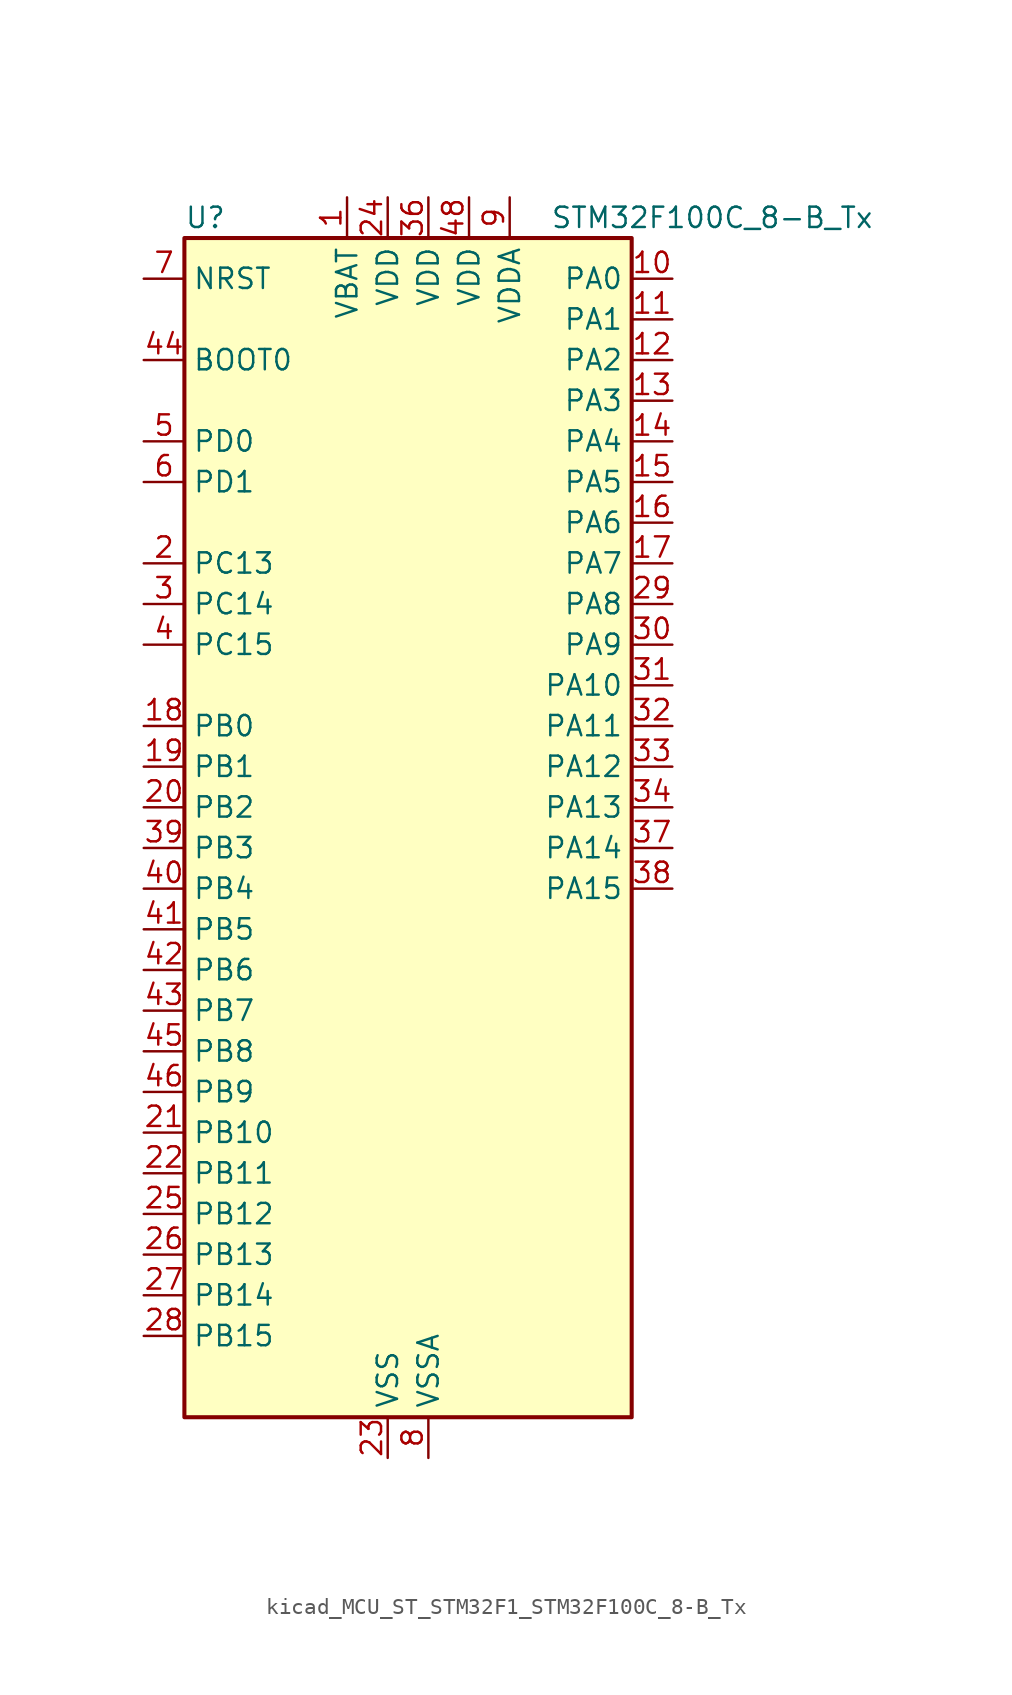
<source format=kicad_sym>
(kicad_symbol_lib
  (version 20220914)
  (generator kicad_symbol_editor)
  (symbol "kicad_MCU_ST_STM32F1_STM32F100C_8-B_Tx"
    (property "Reference" "U"
      (at -12.7 39.37 0)
      (effects (font (size 1.27 1.27)) (justify left)))
    (property "Value" "STM32F100C_8-B_Tx"
      (at 10.16 39.37 0)
      (effects (font (size 1.27 1.27)) (justify left)))
    (property "ki_locked" ""
      (at 0 0 0)
      (effects (font (size 1.27 1.27))))
    (symbol "kicad_MCU_ST_STM32F1_STM32F100C_8-B_Tx_0_1"
      (rectangle (start -12.7 -35.56) (end 15.24 38.1) (stroke (width 0.254) (type default)) (fill (type background))))
    (symbol "kicad_MCU_ST_STM32F1_STM32F100C_8-B_Tx_1_1"
      (pin power_in line (at -2.54 40.64 270) (length 2.54) (name "VBAT" (effects (font (size 1.27 1.27)))) (number "1" (effects (font (size 1.27 1.27)))))
      (pin bidirectional line (at 17.78 35.56 180) (length 2.54) (name "PA0" (effects (font (size 1.27 1.27)))) (number "10" (effects (font (size 1.27 1.27)))) (alternate "ADC1_IN0" bidirectional line) (alternate "SYS_WKUP" bidirectional line) (alternate "TIM2_CH1" bidirectional line) (alternate "TIM2_ETR" bidirectional line) (alternate "USART2_CTS" bidirectional line))
      (pin bidirectional line (at 17.78 33.02 180) (length 2.54) (name "PA1" (effects (font (size 1.27 1.27)))) (number "11" (effects (font (size 1.27 1.27)))) (alternate "ADC1_IN1" bidirectional line) (alternate "TIM2_CH2" bidirectional line) (alternate "USART2_RTS" bidirectional line))
      (pin bidirectional line (at 17.78 30.48 180) (length 2.54) (name "PA2" (effects (font (size 1.27 1.27)))) (number "12" (effects (font (size 1.27 1.27)))) (alternate "ADC1_IN2" bidirectional line) (alternate "TIM15_CH1" bidirectional line) (alternate "TIM2_CH3" bidirectional line) (alternate "USART2_TX" bidirectional line))
      (pin bidirectional line (at 17.78 27.94 180) (length 2.54) (name "PA3" (effects (font (size 1.27 1.27)))) (number "13" (effects (font (size 1.27 1.27)))) (alternate "ADC1_IN3" bidirectional line) (alternate "TIM15_CH2" bidirectional line) (alternate "TIM2_CH4" bidirectional line) (alternate "USART2_RX" bidirectional line))
      (pin bidirectional line (at 17.78 25.4 180) (length 2.54) (name "PA4" (effects (font (size 1.27 1.27)))) (number "14" (effects (font (size 1.27 1.27)))) (alternate "ADC1_IN4" bidirectional line) (alternate "DAC_OUT1" bidirectional line) (alternate "SPI1_NSS" bidirectional line) (alternate "USART2_CK" bidirectional line))
      (pin bidirectional line (at 17.78 22.86 180) (length 2.54) (name "PA5" (effects (font (size 1.27 1.27)))) (number "15" (effects (font (size 1.27 1.27)))) (alternate "ADC1_IN5" bidirectional line) (alternate "DAC_OUT2" bidirectional line) (alternate "SPI1_SCK" bidirectional line))
      (pin bidirectional line (at 17.78 20.32 180) (length 2.54) (name "PA6" (effects (font (size 1.27 1.27)))) (number "16" (effects (font (size 1.27 1.27)))) (alternate "ADC1_IN6" bidirectional line) (alternate "SPI1_MISO" bidirectional line) (alternate "TIM16_CH1" bidirectional line) (alternate "TIM1_BKIN" bidirectional line) (alternate "TIM3_CH1" bidirectional line))
      (pin bidirectional line (at 17.78 17.78 180) (length 2.54) (name "PA7" (effects (font (size 1.27 1.27)))) (number "17" (effects (font (size 1.27 1.27)))) (alternate "ADC1_IN7" bidirectional line) (alternate "SPI1_MOSI" bidirectional line) (alternate "TIM17_CH1" bidirectional line) (alternate "TIM1_CH1N" bidirectional line) (alternate "TIM3_CH2" bidirectional line))
      (pin bidirectional line (at -15.24 7.62 0) (length 2.54) (name "PB0" (effects (font (size 1.27 1.27)))) (number "18" (effects (font (size 1.27 1.27)))) (alternate "ADC1_IN8" bidirectional line) (alternate "TIM1_CH2N" bidirectional line) (alternate "TIM3_CH3" bidirectional line))
      (pin bidirectional line (at -15.24 5.08 0) (length 2.54) (name "PB1" (effects (font (size 1.27 1.27)))) (number "19" (effects (font (size 1.27 1.27)))) (alternate "ADC1_IN9" bidirectional line) (alternate "TIM1_CH3N" bidirectional line) (alternate "TIM3_CH4" bidirectional line))
      (pin bidirectional line (at -15.24 17.78 0) (length 2.54) (name "PC13" (effects (font (size 1.27 1.27)))) (number "2" (effects (font (size 1.27 1.27)))) (alternate "RTC_OUT" bidirectional line) (alternate "RTC_TAMPER" bidirectional line))
      (pin bidirectional line (at -15.24 2.54 0) (length 2.54) (name "PB2" (effects (font (size 1.27 1.27)))) (number "20" (effects (font (size 1.27 1.27)))))
      (pin bidirectional line (at -15.24 -17.78 0) (length 2.54) (name "PB10" (effects (font (size 1.27 1.27)))) (number "21" (effects (font (size 1.27 1.27)))) (alternate "CEC" bidirectional line) (alternate "I2C2_SCL" bidirectional line) (alternate "TIM2_CH3" bidirectional line) (alternate "USART3_TX" bidirectional line))
      (pin bidirectional line (at -15.24 -20.32 0) (length 2.54) (name "PB11" (effects (font (size 1.27 1.27)))) (number "22" (effects (font (size 1.27 1.27)))) (alternate "ADC1_EXTI11" bidirectional line) (alternate "I2C2_SDA" bidirectional line) (alternate "TIM2_CH4" bidirectional line) (alternate "USART3_RX" bidirectional line))
      (pin power_in line (at 0 -38.1 90) (length 2.54) (name "VSS" (effects (font (size 1.27 1.27)))) (number "23" (effects (font (size 1.27 1.27)))))
      (pin power_in line (at 0 40.64 270) (length 2.54) (name "VDD" (effects (font (size 1.27 1.27)))) (number "24" (effects (font (size 1.27 1.27)))))
      (pin bidirectional line (at -15.24 -22.86 0) (length 2.54) (name "PB12" (effects (font (size 1.27 1.27)))) (number "25" (effects (font (size 1.27 1.27)))) (alternate "I2C2_SMBA" bidirectional line) (alternate "SPI2_NSS" bidirectional line) (alternate "TIM1_BKIN" bidirectional line) (alternate "USART3_CK" bidirectional line))
      (pin bidirectional line (at -15.24 -25.4 0) (length 2.54) (name "PB13" (effects (font (size 1.27 1.27)))) (number "26" (effects (font (size 1.27 1.27)))) (alternate "SPI2_SCK" bidirectional line) (alternate "TIM1_CH1N" bidirectional line) (alternate "USART3_CTS" bidirectional line))
      (pin bidirectional line (at -15.24 -27.94 0) (length 2.54) (name "PB14" (effects (font (size 1.27 1.27)))) (number "27" (effects (font (size 1.27 1.27)))) (alternate "SPI2_MISO" bidirectional line) (alternate "TIM15_CH1" bidirectional line) (alternate "TIM1_CH2N" bidirectional line) (alternate "USART3_RTS" bidirectional line))
      (pin bidirectional line (at -15.24 -30.48 0) (length 2.54) (name "PB15" (effects (font (size 1.27 1.27)))) (number "28" (effects (font (size 1.27 1.27)))) (alternate "ADC1_EXTI15" bidirectional line) (alternate "SPI2_MOSI" bidirectional line) (alternate "TIM15_CH1N" bidirectional line) (alternate "TIM15_CH2" bidirectional line) (alternate "TIM1_CH3N" bidirectional line))
      (pin bidirectional line (at 17.78 15.24 180) (length 2.54) (name "PA8" (effects (font (size 1.27 1.27)))) (number "29" (effects (font (size 1.27 1.27)))) (alternate "RCC_MCO" bidirectional line) (alternate "TIM1_CH1" bidirectional line) (alternate "USART1_CK" bidirectional line))
      (pin bidirectional line (at -15.24 15.24 0) (length 2.54) (name "PC14" (effects (font (size 1.27 1.27)))) (number "3" (effects (font (size 1.27 1.27)))) (alternate "RCC_OSC32_IN" bidirectional line))
      (pin bidirectional line (at 17.78 12.7 180) (length 2.54) (name "PA9" (effects (font (size 1.27 1.27)))) (number "30" (effects (font (size 1.27 1.27)))) (alternate "DAC_EXTI9" bidirectional line) (alternate "TIM15_BKIN" bidirectional line) (alternate "TIM1_CH2" bidirectional line) (alternate "USART1_TX" bidirectional line))
      (pin bidirectional line (at 17.78 10.16 180) (length 2.54) (name "PA10" (effects (font (size 1.27 1.27)))) (number "31" (effects (font (size 1.27 1.27)))) (alternate "TIM17_BKIN" bidirectional line) (alternate "TIM1_CH3" bidirectional line) (alternate "USART1_RX" bidirectional line))
      (pin bidirectional line (at 17.78 7.62 180) (length 2.54) (name "PA11" (effects (font (size 1.27 1.27)))) (number "32" (effects (font (size 1.27 1.27)))) (alternate "ADC1_EXTI11" bidirectional line) (alternate "TIM1_CH4" bidirectional line) (alternate "USART1_CTS" bidirectional line))
      (pin bidirectional line (at 17.78 5.08 180) (length 2.54) (name "PA12" (effects (font (size 1.27 1.27)))) (number "33" (effects (font (size 1.27 1.27)))) (alternate "TIM1_ETR" bidirectional line) (alternate "USART1_RTS" bidirectional line))
      (pin bidirectional line (at 17.78 2.54 180) (length 2.54) (name "PA13" (effects (font (size 1.27 1.27)))) (number "34" (effects (font (size 1.27 1.27)))) (alternate "SYS_JTMS-SWDIO" bidirectional line))
      (pin passive line (at 0 -38.1 90) (length 2.54) hide (name "VSS" (effects (font (size 1.27 1.27)))) (number "35" (effects (font (size 1.27 1.27)))))
      (pin power_in line (at 2.54 40.64 270) (length 2.54) (name "VDD" (effects (font (size 1.27 1.27)))) (number "36" (effects (font (size 1.27 1.27)))))
      (pin bidirectional line (at 17.78 0 180) (length 2.54) (name "PA14" (effects (font (size 1.27 1.27)))) (number "37" (effects (font (size 1.27 1.27)))) (alternate "SYS_JTCK-SWCLK" bidirectional line))
      (pin bidirectional line (at 17.78 -2.54 180) (length 2.54) (name "PA15" (effects (font (size 1.27 1.27)))) (number "38" (effects (font (size 1.27 1.27)))) (alternate "ADC1_EXTI15" bidirectional line) (alternate "SPI1_NSS" bidirectional line) (alternate "SYS_JTDI" bidirectional line) (alternate "TIM2_CH1" bidirectional line) (alternate "TIM2_ETR" bidirectional line))
      (pin bidirectional line (at -15.24 0 0) (length 2.54) (name "PB3" (effects (font (size 1.27 1.27)))) (number "39" (effects (font (size 1.27 1.27)))) (alternate "SPI1_SCK" bidirectional line) (alternate "SYS_JTDO-TRACESWO" bidirectional line) (alternate "TIM2_CH2" bidirectional line))
      (pin bidirectional line (at -15.24 12.7 0) (length 2.54) (name "PC15" (effects (font (size 1.27 1.27)))) (number "4" (effects (font (size 1.27 1.27)))) (alternate "ADC1_EXTI15" bidirectional line) (alternate "RCC_OSC32_OUT" bidirectional line))
      (pin bidirectional line (at -15.24 -2.54 0) (length 2.54) (name "PB4" (effects (font (size 1.27 1.27)))) (number "40" (effects (font (size 1.27 1.27)))) (alternate "SPI1_MISO" bidirectional line) (alternate "SYS_NJTRST" bidirectional line) (alternate "TIM3_CH1" bidirectional line))
      (pin bidirectional line (at -15.24 -5.08 0) (length 2.54) (name "PB5" (effects (font (size 1.27 1.27)))) (number "41" (effects (font (size 1.27 1.27)))) (alternate "I2C1_SMBA" bidirectional line) (alternate "SPI1_MOSI" bidirectional line) (alternate "TIM16_BKIN" bidirectional line) (alternate "TIM3_CH2" bidirectional line))
      (pin bidirectional line (at -15.24 -7.62 0) (length 2.54) (name "PB6" (effects (font (size 1.27 1.27)))) (number "42" (effects (font (size 1.27 1.27)))) (alternate "I2C1_SCL" bidirectional line) (alternate "TIM16_CH1N" bidirectional line) (alternate "TIM4_CH1" bidirectional line) (alternate "USART1_TX" bidirectional line))
      (pin bidirectional line (at -15.24 -10.16 0) (length 2.54) (name "PB7" (effects (font (size 1.27 1.27)))) (number "43" (effects (font (size 1.27 1.27)))) (alternate "I2C1_SDA" bidirectional line) (alternate "TIM17_CH1N" bidirectional line) (alternate "TIM4_CH2" bidirectional line) (alternate "USART1_RX" bidirectional line))
      (pin input line (at -15.24 30.48 0) (length 2.54) (name "BOOT0" (effects (font (size 1.27 1.27)))) (number "44" (effects (font (size 1.27 1.27)))))
      (pin bidirectional line (at -15.24 -12.7 0) (length 2.54) (name "PB8" (effects (font (size 1.27 1.27)))) (number "45" (effects (font (size 1.27 1.27)))) (alternate "CEC" bidirectional line) (alternate "I2C1_SCL" bidirectional line) (alternate "TIM16_CH1" bidirectional line) (alternate "TIM4_CH3" bidirectional line))
      (pin bidirectional line (at -15.24 -15.24 0) (length 2.54) (name "PB9" (effects (font (size 1.27 1.27)))) (number "46" (effects (font (size 1.27 1.27)))) (alternate "DAC_EXTI9" bidirectional line) (alternate "I2C1_SDA" bidirectional line) (alternate "TIM17_CH1" bidirectional line) (alternate "TIM4_CH4" bidirectional line))
      (pin passive line (at 0 -38.1 90) (length 2.54) hide (name "VSS" (effects (font (size 1.27 1.27)))) (number "47" (effects (font (size 1.27 1.27)))))
      (pin power_in line (at 5.08 40.64 270) (length 2.54) (name "VDD" (effects (font (size 1.27 1.27)))) (number "48" (effects (font (size 1.27 1.27)))))
      (pin bidirectional line (at -15.24 25.4 0) (length 2.54) (name "PD0" (effects (font (size 1.27 1.27)))) (number "5" (effects (font (size 1.27 1.27)))) (alternate "RCC_OSC_IN" bidirectional line))
      (pin bidirectional line (at -15.24 22.86 0) (length 2.54) (name "PD1" (effects (font (size 1.27 1.27)))) (number "6" (effects (font (size 1.27 1.27)))) (alternate "RCC_OSC_OUT" bidirectional line))
      (pin input line (at -15.24 35.56 0) (length 2.54) (name "NRST" (effects (font (size 1.27 1.27)))) (number "7" (effects (font (size 1.27 1.27)))))
      (pin power_in line (at 2.54 -38.1 90) (length 2.54) (name "VSSA" (effects (font (size 1.27 1.27)))) (number "8" (effects (font (size 1.27 1.27)))))
      (pin power_in line (at 7.62 40.64 270) (length 2.54) (name "VDDA" (effects (font (size 1.27 1.27)))) (number "9" (effects (font (size 1.27 1.27))))))))
</source>
